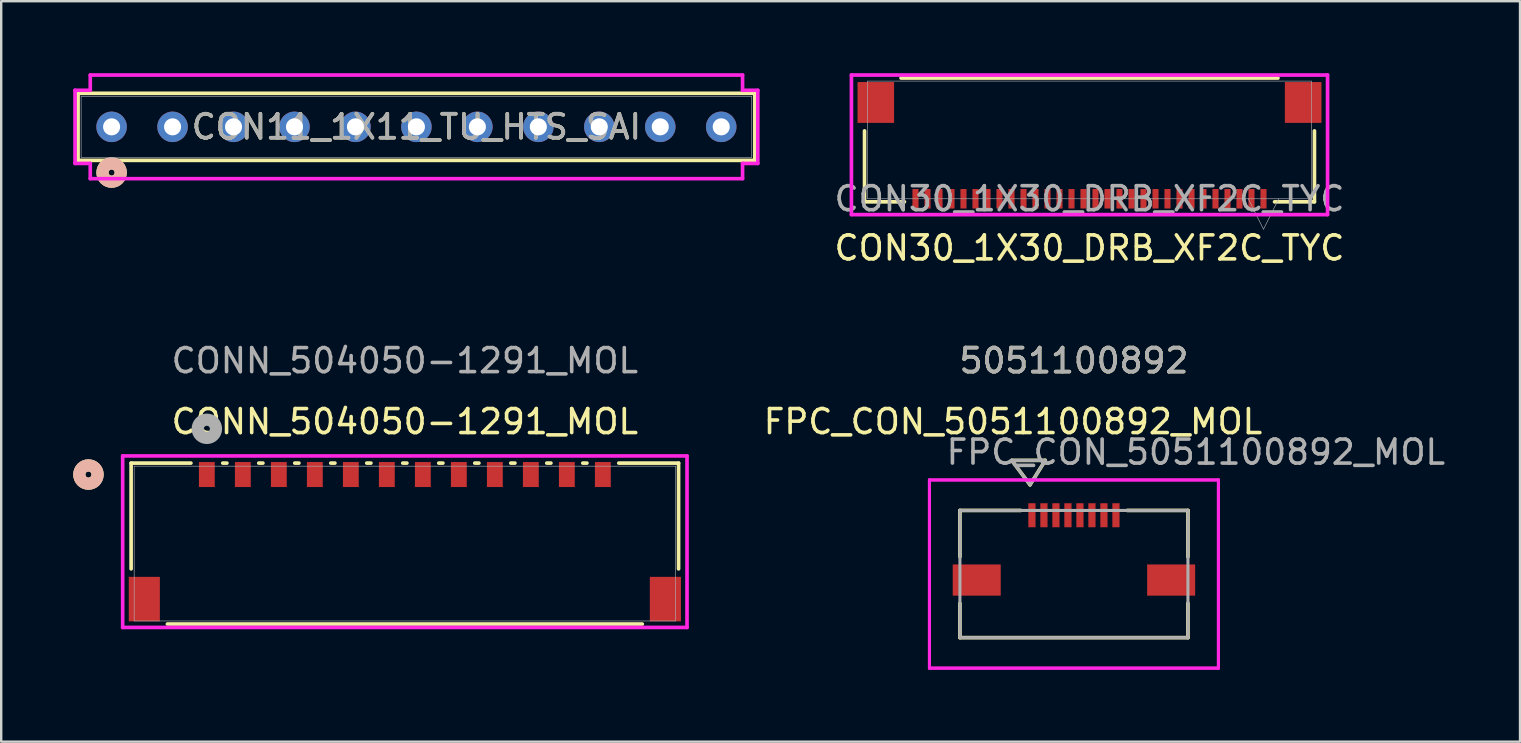
<source format=kicad_pcb>
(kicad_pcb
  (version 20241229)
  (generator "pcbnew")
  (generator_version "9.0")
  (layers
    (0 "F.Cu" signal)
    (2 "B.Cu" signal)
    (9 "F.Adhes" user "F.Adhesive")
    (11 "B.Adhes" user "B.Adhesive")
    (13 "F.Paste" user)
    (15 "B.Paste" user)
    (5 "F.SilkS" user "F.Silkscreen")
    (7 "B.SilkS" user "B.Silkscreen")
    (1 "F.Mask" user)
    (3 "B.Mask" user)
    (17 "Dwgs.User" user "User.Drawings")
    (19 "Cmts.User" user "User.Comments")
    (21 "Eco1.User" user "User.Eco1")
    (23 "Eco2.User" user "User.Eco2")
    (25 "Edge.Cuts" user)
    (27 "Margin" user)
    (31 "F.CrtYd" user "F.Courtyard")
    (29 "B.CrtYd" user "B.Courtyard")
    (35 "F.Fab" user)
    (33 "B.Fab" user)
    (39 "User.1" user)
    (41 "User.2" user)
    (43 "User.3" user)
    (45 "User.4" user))
  (footprint "CONN_504050-1291_MOL"
    (layer "F.Cu")
    (at 13.818 19.598)
    (property "Reference" "CONN_504050-1291_MOL" (at 0 -5.08 0) (unlocked yes) (layer "F.SilkS") (effects (font (size 1 1) (thickness 0.15))))
    (attr smd)
    (fp_line (start -11.405 -3.353) (end -11.405 1.054) (stroke (width 0.152) (type solid)) (layer "F.SilkS"))
    (fp_line (start -9.894 3.353) (end 9.894 3.353) (stroke (width 0.152) (type solid)) (layer "F.SilkS"))
    (fp_line (start -8.913 -3.353) (end -11.405 -3.353) (stroke (width 0.152) (type solid)) (layer "F.SilkS"))
    (fp_line (start -7.413 -3.353) (end -7.587 -3.353) (stroke (width 0.152) (type solid)) (layer "F.SilkS"))
    (fp_line (start -5.913 -3.353) (end -6.087 -3.353) (stroke (width 0.152) (type solid)) (layer "F.SilkS"))
    (fp_line (start -4.413 -3.353) (end -4.587 -3.353) (stroke (width 0.152) (type solid)) (layer "F.SilkS"))
    (fp_line (start -2.913 -3.353) (end -3.087 -3.353) (stroke (width 0.152) (type solid)) (layer "F.SilkS"))
    (fp_line (start -1.413 -3.353) (end -1.587 -3.353) (stroke (width 0.152) (type solid)) (layer "F.SilkS"))
    (fp_line (start 0.087 -3.353) (end -0.087 -3.353) (stroke (width 0.152) (type solid)) (layer "F.SilkS"))
    (fp_line (start 1.587 -3.353) (end 1.413 -3.353) (stroke (width 0.152) (type solid)) (layer "F.SilkS"))
    (fp_line (start 3.087 -3.353) (end 2.913 -3.353) (stroke (width 0.152) (type solid)) (layer "F.SilkS"))
    (fp_line (start 4.587 -3.353) (end 4.413 -3.353) (stroke (width 0.152) (type solid)) (layer "F.SilkS"))
    (fp_line (start 6.087 -3.353) (end 5.913 -3.353) (stroke (width 0.152) (type solid)) (layer "F.SilkS"))
    (fp_line (start 7.587 -3.353) (end 7.413 -3.353) (stroke (width 0.152) (type solid)) (layer "F.SilkS"))
    (fp_line (start 11.405 -3.353) (end 8.913 -3.353) (stroke (width 0.152) (type solid)) (layer "F.SilkS"))
    (fp_line (start 11.405 1.054) (end 11.405 -3.353) (stroke (width 0.152) (type solid)) (layer "F.SilkS"))
    (fp_circle (center -13.183 -2.876) (end -12.802 -2.876) (stroke (width 0.508) (type solid)) (fill no) (layer "F.SilkS"))
    (fp_circle (center -13.183 -2.876) (end -12.802 -2.876) (stroke (width 0.508) (type solid)) (fill no) (layer "B.SilkS"))
    (fp_line (start -11.757 -3.651) (end -11.757 3.495) (stroke (width 0.152) (type solid)) (layer "F.CrtYd"))
    (fp_line (start -11.757 3.495) (end 11.757 3.495) (stroke (width 0.152) (type solid)) (layer "F.CrtYd"))
    (fp_line (start 11.757 -3.651) (end -11.757 -3.651) (stroke (width 0.152) (type solid)) (layer "F.CrtYd"))
    (fp_line (start 11.757 3.495) (end 11.757 -3.651) (stroke (width 0.152) (type solid)) (layer "F.CrtYd"))
    (fp_line (start -11.278 -3.226) (end -11.278 3.226) (stroke (width 0.025) (type solid)) (layer "F.Fab"))
    (fp_line (start -11.278 3.226) (end 11.278 3.226) (stroke (width 0.025) (type solid)) (layer "F.Fab"))
    (fp_line (start 11.278 -3.226) (end -11.278 -3.226) (stroke (width 0.025) (type solid)) (layer "F.Fab"))
    (fp_line (start 11.278 3.226) (end 11.278 -3.226) (stroke (width 0.025) (type solid)) (layer "F.Fab"))
    (fp_circle (center -8.25 -4.781) (end -7.869 -4.781) (stroke (width 0.508) (type solid)) (fill no) (layer "F.Fab"))
    (fp_text user "${REFERENCE}" (at 0 -7.62 0) (unlocked yes) (layer "F.Fab") (effects (font (size 1 1) (thickness 0.15))))
    (pad "1" smd rect (at -8.25 -2.876) (size 0.66 1.041) (layers "F.Cu" "F.Mask" "F.Paste"))
    (pad "2" smd rect (at -6.75 -2.876) (size 0.66 1.041) (layers "F.Cu" "F.Mask" "F.Paste"))
    (pad "3" smd rect (at -5.25 -2.876) (size 0.66 1.041) (layers "F.Cu" "F.Mask" "F.Paste"))
    (pad "4" smd rect (at -3.75 -2.876) (size 0.66 1.041) (layers "F.Cu" "F.Mask" "F.Paste"))
    (pad "5" smd rect (at -2.25 -2.876) (size 0.66 1.041) (layers "F.Cu" "F.Mask" "F.Paste"))
    (pad "6" smd rect (at -0.75 -2.876) (size 0.66 1.041) (layers "F.Cu" "F.Mask" "F.Paste"))
    (pad "7" smd rect (at 0.75 -2.876) (size 0.66 1.041) (layers "F.Cu" "F.Mask" "F.Paste"))
    (pad "8" smd rect (at 2.25 -2.876) (size 0.66 1.041) (layers "F.Cu" "F.Mask" "F.Paste"))
    (pad "9" smd rect (at 3.75 -2.876) (size 0.66 1.041) (layers "F.Cu" "F.Mask" "F.Paste"))
    (pad "10" smd rect (at 5.25 -2.876) (size 0.66 1.041) (layers "F.Cu" "F.Mask" "F.Paste"))
    (pad "11" smd rect (at 6.75 -2.876) (size 0.66 1.041) (layers "F.Cu" "F.Mask" "F.Paste"))
    (pad "12" smd rect (at 8.25 -2.876) (size 0.66 1.041) (layers "F.Cu" "F.Mask" "F.Paste"))
    (pad "13" smd rect (at -10.855 2.314) (size 1.295 1.854) (layers "F.Cu" "F.Mask" "F.Paste"))
    (pad "14" smd rect (at 10.855 2.314) (size 1.295 1.854) (layers "F.Cu" "F.Mask" "F.Paste")))
  (footprint "CON11_1X11_TU_HTS_SAI"
    (layer "F.Cu")
    (at 14.3 2.235)
    (property "Reference" "CON11_1X11_TU_HTS_SAI" (at 0 0 0) (unlocked yes) (layer "F.SilkS") (effects (font (size 1 1) (thickness 0.15))))
    (attr through_hole)
    (fp_line (start -14.097 -1.397) (end -14.097 1.397) (stroke (width 0.152) (type solid)) (layer "F.SilkS"))
    (fp_line (start -14.097 1.397) (end 14.097 1.397) (stroke (width 0.152) (type solid)) (layer "F.SilkS"))
    (fp_line (start 14.097 -1.397) (end -14.097 -1.397) (stroke (width 0.152) (type solid)) (layer "F.SilkS"))
    (fp_line (start 14.097 1.397) (end 14.097 -1.397) (stroke (width 0.152) (type solid)) (layer "F.SilkS"))
    (fp_circle (center -12.7 1.905) (end -12.319 1.905) (stroke (width 0.508) (type solid)) (fill no) (layer "F.SilkS"))
    (fp_circle (center -12.7 1.905) (end -12.319 1.905) (stroke (width 0.508) (type solid)) (fill no) (layer "B.SilkS"))
    (fp_line (start -14.224 -1.524) (end -14.224 1.524) (stroke (width 0.152) (type solid)) (layer "F.CrtYd"))
    (fp_line (start -14.224 1.524) (end -13.589 1.524) (stroke (width 0.152) (type solid)) (layer "F.CrtYd"))
    (fp_line (start -13.589 -2.159) (end -13.589 -1.524) (stroke (width 0.152) (type solid)) (layer "F.CrtYd"))
    (fp_line (start -13.589 -1.524) (end -14.224 -1.524) (stroke (width 0.152) (type solid)) (layer "F.CrtYd"))
    (fp_line (start -13.589 1.524) (end -13.589 2.159) (stroke (width 0.152) (type solid)) (layer "F.CrtYd"))
    (fp_line (start -13.589 2.159) (end 13.589 2.159) (stroke (width 0.152) (type solid)) (layer "F.CrtYd"))
    (fp_line (start 13.589 -2.159) (end -13.589 -2.159) (stroke (width 0.152) (type solid)) (layer "F.CrtYd"))
    (fp_line (start 13.589 -1.524) (end 13.589 -2.159) (stroke (width 0.152) (type solid)) (layer "F.CrtYd"))
    (fp_line (start 13.589 1.524) (end 14.224 1.524) (stroke (width 0.152) (type solid)) (layer "F.CrtYd"))
    (fp_line (start 13.589 2.159) (end 13.589 1.524) (stroke (width 0.152) (type solid)) (layer "F.CrtYd"))
    (fp_line (start 14.224 -1.524) (end 13.589 -1.524) (stroke (width 0.152) (type solid)) (layer "F.CrtYd"))
    (fp_line (start 14.224 1.524) (end 14.224 -1.524) (stroke (width 0.152) (type solid)) (layer "F.CrtYd"))
    (fp_line (start -13.97 -1.27) (end -13.97 1.27) (stroke (width 0.025) (type solid)) (layer "F.Fab"))
    (fp_line (start -13.97 1.27) (end 13.97 1.27) (stroke (width 0.025) (type solid)) (layer "F.Fab"))
    (fp_line (start 13.97 -1.27) (end -13.97 -1.27) (stroke (width 0.025) (type solid)) (layer "F.Fab"))
    (fp_line (start 13.97 1.27) (end 13.97 -1.27) (stroke (width 0.025) (type solid)) (layer "F.Fab"))
    (fp_circle (center -12.7 0) (end -12.446 0) (stroke (width 0.025) (type solid)) (fill no) (layer "F.Fab"))
    (fp_text user "${REFERENCE}" (at 0 0 0) (unlocked yes) (layer "F.Fab") (effects (font (size 1 1) (thickness 0.15))))
    (pad "1" thru_hole circle (at -12.7 0 90) (size 1.27 1.27) (drill 0.711) (layers "*.Cu" "*.Mask"))
    (pad "2" thru_hole circle (at -10.16 0 90) (size 1.27 1.27) (drill 0.711) (layers "*.Cu" "*.Mask"))
    (pad "3" thru_hole circle (at -7.62 0 90) (size 1.27 1.27) (drill 0.711) (layers "*.Cu" "*.Mask"))
    (pad "4" thru_hole circle (at -5.08 0 90) (size 1.27 1.27) (drill 0.711) (layers "*.Cu" "*.Mask"))
    (pad "5" thru_hole circle (at -2.54 0 90) (size 1.27 1.27) (drill 0.711) (layers "*.Cu" "*.Mask"))
    (pad "6" thru_hole circle (at 0 0 90) (size 1.27 1.27) (drill 0.711) (layers "*.Cu" "*.Mask"))
    (pad "7" thru_hole circle (at 2.54 0 90) (size 1.27 1.27) (drill 0.711) (layers "*.Cu" "*.Mask"))
    (pad "8" thru_hole circle (at 5.08 0 90) (size 1.27 1.27) (drill 0.711) (layers "*.Cu" "*.Mask"))
    (pad "9" thru_hole circle (at 7.62 0 90) (size 1.27 1.27) (drill 0.711) (layers "*.Cu" "*.Mask"))
    (pad "10" thru_hole circle (at 10.16 0 90) (size 1.27 1.27) (drill 0.711) (layers "*.Cu" "*.Mask"))
    (pad "11" thru_hole circle (at 12.7 0 90) (size 1.27 1.27) (drill 0.711) (layers "*.Cu" "*.Mask")))
  (footprint "CON30_1X30_DRB_XF2C_TYC"
    (layer "F.Cu")
    (at 42.344 2.781)
    (property "Reference" "CON30_1X30_DRB_XF2C_TYC" (at 0 4.5 0) (unlocked yes) (layer "F.SilkS") (effects (font (size 1 1) (thickness 0.15))))
    (attr smd)
    (fp_line (start -9.373 -0.378) (end -9.373 2.578) (stroke (width 0.152) (type solid)) (layer "F.SilkS"))
    (fp_line (start -9.373 2.578) (end -7.71 2.578) (stroke (width 0.152) (type solid)) (layer "F.SilkS"))
    (fp_line (start 7.71 2.578) (end 9.373 2.578) (stroke (width 0.152) (type solid)) (layer "F.SilkS"))
    (fp_line (start 7.852 -2.578) (end -7.852 -2.578) (stroke (width 0.152) (type solid)) (layer "F.SilkS"))
    (fp_line (start 9.373 2.578) (end 9.373 -0.378) (stroke (width 0.152) (type solid)) (layer "F.SilkS"))
    (fp_line (start -9.919 -2.705) (end -9.919 3.111) (stroke (width 0.152) (type solid)) (layer "F.CrtYd"))
    (fp_line (start -9.919 3.111) (end 9.919 3.111) (stroke (width 0.152) (type solid)) (layer "F.CrtYd"))
    (fp_line (start 9.919 -2.705) (end -9.919 -2.705) (stroke (width 0.152) (type solid)) (layer "F.CrtYd"))
    (fp_line (start 9.919 3.111) (end 9.919 -2.705) (stroke (width 0.152) (type solid)) (layer "F.CrtYd"))
    (fp_line (start -9.246 -2.451) (end -9.246 2.451) (stroke (width 0.025) (type solid)) (layer "F.Fab"))
    (fp_line (start -9.246 2.451) (end 9.246 2.451) (stroke (width 0.025) (type solid)) (layer "F.Fab"))
    (fp_line (start 6.615 2.451) (end 7.25 3.721) (stroke (width 0.025) (type solid)) (layer "F.Fab"))
    (fp_line (start 7.885 2.451) (end 7.25 3.721) (stroke (width 0.025) (type solid)) (layer "F.Fab"))
    (fp_line (start 9.246 -2.451) (end -9.246 -2.451) (stroke (width 0.025) (type solid)) (layer "F.Fab"))
    (fp_line (start 9.246 2.451) (end 9.246 -2.451) (stroke (width 0.025) (type solid)) (layer "F.Fab"))
    (fp_text user "${REFERENCE}" (at 0 2.451 0) (unlocked yes) (layer "F.Fab") (effects (font (size 1 1) (thickness 0.15))))
    (pad "31" smd rect (at -8.903 -1.562) (size 1.524 1.702) (layers "F.Cu" "F.Mask" "F.Paste"))
    (pad "32" smd rect (at 8.903 -1.562) (size 1.524 1.702) (layers "F.Cu" "F.Mask" "F.Paste"))
    (pad "P$1" smd rect (at 7.25 2.451) (size 0.254 0.813) (layers "F.Cu" "F.Mask" "F.Paste"))
    (pad "P$2" smd rect (at 6.75 2.451) (size 0.254 0.813) (layers "F.Cu" "F.Mask" "F.Paste"))
    (pad "P$3" smd rect (at 6.25 2.451) (size 0.254 0.813) (layers "F.Cu" "F.Mask" "F.Paste"))
    (pad "P$4" smd rect (at 5.75 2.451) (size 0.254 0.813) (layers "F.Cu" "F.Mask" "F.Paste"))
    (pad "P$5" smd rect (at 5.25 2.451) (size 0.254 0.813) (layers "F.Cu" "F.Mask" "F.Paste"))
    (pad "P$6" smd rect (at 4.75 2.451) (size 0.254 0.813) (layers "F.Cu" "F.Mask" "F.Paste"))
    (pad "P$7" smd rect (at 4.25 2.451) (size 0.254 0.813) (layers "F.Cu" "F.Mask" "F.Paste"))
    (pad "P$8" smd rect (at 3.75 2.451) (size 0.254 0.813) (layers "F.Cu" "F.Mask" "F.Paste"))
    (pad "P$9" smd rect (at 3.25 2.451) (size 0.254 0.813) (layers "F.Cu" "F.Mask" "F.Paste"))
    (pad "P$10" smd rect (at 2.75 2.451) (size 0.254 0.813) (layers "F.Cu" "F.Mask" "F.Paste"))
    (pad "P$11" smd rect (at 2.25 2.451) (size 0.254 0.813) (layers "F.Cu" "F.Mask" "F.Paste"))
    (pad "P$12" smd rect (at 1.75 2.451) (size 0.254 0.813) (layers "F.Cu" "F.Mask" "F.Paste"))
    (pad "P$13" smd rect (at 1.25 2.451) (size 0.254 0.813) (layers "F.Cu" "F.Mask" "F.Paste"))
    (pad "P$14" smd rect (at 0.75 2.451) (size 0.254 0.813) (layers "F.Cu" "F.Mask" "F.Paste"))
    (pad "P$15" smd rect (at 0.25 2.451) (size 0.254 0.813) (layers "F.Cu" "F.Mask" "F.Paste"))
    (pad "P$16" smd rect (at -0.25 2.451) (size 0.254 0.813) (layers "F.Cu" "F.Mask" "F.Paste"))
    (pad "P$17" smd rect (at -0.75 2.451) (size 0.254 0.813) (layers "F.Cu" "F.Mask" "F.Paste"))
    (pad "P$18" smd rect (at -1.25 2.451) (size 0.254 0.813) (layers "F.Cu" "F.Mask" "F.Paste"))
    (pad "P$19" smd rect (at -1.75 2.451) (size 0.254 0.813) (layers "F.Cu" "F.Mask" "F.Paste"))
    (pad "P$20" smd rect (at -2.25 2.451) (size 0.254 0.813) (layers "F.Cu" "F.Mask" "F.Paste"))
    (pad "P$21" smd rect (at -2.75 2.451) (size 0.254 0.813) (layers "F.Cu" "F.Mask" "F.Paste"))
    (pad "P$22" smd rect (at -3.25 2.451) (size 0.254 0.813) (layers "F.Cu" "F.Mask" "F.Paste"))
    (pad "P$23" smd rect (at -3.75 2.451) (size 0.254 0.813) (layers "F.Cu" "F.Mask" "F.Paste"))
    (pad "P$24" smd rect (at -4.25 2.451) (size 0.254 0.813) (layers "F.Cu" "F.Mask" "F.Paste"))
    (pad "P$25" smd rect (at -4.75 2.451) (size 0.254 0.813) (layers "F.Cu" "F.Mask" "F.Paste"))
    (pad "P$26" smd rect (at -5.25 2.451) (size 0.254 0.813) (layers "F.Cu" "F.Mask" "F.Paste"))
    (pad "P$27" smd rect (at -5.75 2.451) (size 0.254 0.813) (layers "F.Cu" "F.Mask" "F.Paste"))
    (pad "P$28" smd rect (at -6.25 2.451) (size 0.254 0.813) (layers "F.Cu" "F.Mask" "F.Paste"))
    (pad "P$29" smd rect (at -6.75 2.451) (size 0.254 0.813) (layers "F.Cu" "F.Mask" "F.Paste"))
    (pad "P$30" smd rect (at -7.25 2.451) (size 0.254 0.813) (layers "F.Cu" "F.Mask" "F.Paste")))
  (footprint "FPC_CON_5051100892_MOL"
    (layer "F.Cu")
    (at 41.696 20.868)
    (property "Reference" "FPC_CON_5051100892_MOL" (at -2.54 -6.35 0) (unlocked yes) (layer "F.SilkS") (effects (font (size 1 1) (thickness 0.15))))
    (attr smd)
    (fp_line (start -4.75 -2.65) (end -4.75 -0.72) (stroke (width 0.152) (type solid)) (layer "F.SilkS"))
    (fp_line (start -4.75 1.22) (end -4.75 2.65) (stroke (width 0.152) (type solid)) (layer "F.SilkS"))
    (fp_line (start -4.75 2.65) (end 4.75 2.65) (stroke (width 0.152) (type solid)) (layer "F.SilkS"))
    (fp_line (start -2.591 -4.736) (end -1.829 -3.72) (stroke (width 0.152) (type solid)) (layer "F.SilkS"))
    (fp_line (start -2.591 -4.736) (end -1.194 -4.736) (stroke (width 0.152) (type solid)) (layer "F.SilkS"))
    (fp_line (start -2.22 -2.65) (end -4.75 -2.65) (stroke (width 0.152) (type solid)) (layer "F.SilkS"))
    (fp_line (start -1.194 -4.736) (end -1.829 -3.72) (stroke (width 0.152) (type solid)) (layer "F.SilkS"))
    (fp_line (start 4.75 -2.65) (end 2.22 -2.65) (stroke (width 0.152) (type solid)) (layer "F.SilkS"))
    (fp_line (start 4.75 -0.72) (end 4.75 -2.65) (stroke (width 0.152) (type solid)) (layer "F.SilkS"))
    (fp_line (start 4.75 2.65) (end 4.75 1.22) (stroke (width 0.152) (type solid)) (layer "F.SilkS"))
    (fp_line (start -6.02 -3.92) (end -6.02 3.92) (stroke (width 0.127) (type solid)) (layer "F.CrtYd"))
    (fp_line (start -6.02 -3.92) (end -6.02 3.92) (stroke (width 0.127) (type solid)) (layer "F.CrtYd"))
    (fp_line (start -6.02 3.92) (end 6.02 3.92) (stroke (width 0.127) (type solid)) (layer "F.CrtYd"))
    (fp_line (start -6.02 3.92) (end 6.02 3.92) (stroke (width 0.127) (type solid)) (layer "F.CrtYd"))
    (fp_line (start 6.02 -3.92) (end -6.02 -3.92) (stroke (width 0.127) (type solid)) (layer "F.CrtYd"))
    (fp_line (start 6.02 -3.92) (end -6.02 -3.92) (stroke (width 0.127) (type solid)) (layer "F.CrtYd"))
    (fp_line (start 6.02 3.92) (end 6.02 -3.92) (stroke (width 0.127) (type solid)) (layer "F.CrtYd"))
    (fp_line (start 6.02 3.92) (end 6.02 -3.92) (stroke (width 0.127) (type solid)) (layer "F.CrtYd"))
    (fp_line (start -4.75 -2.65) (end -4.75 2.65) (stroke (width 0.127) (type solid)) (layer "F.Fab"))
    (fp_line (start -4.75 2.65) (end 4.75 2.65) (stroke (width 0.127) (type solid)) (layer "F.Fab"))
    (fp_line (start -2.591 -4.736) (end -1.829 -3.72) (stroke (width 0.127) (type solid)) (layer "F.Fab"))
    (fp_line (start -2.591 -4.736) (end -1.194 -4.736) (stroke (width 0.127) (type solid)) (layer "F.Fab"))
    (fp_line (start -1.194 -4.736) (end -1.829 -3.72) (stroke (width 0.127) (type solid)) (layer "F.Fab"))
    (fp_line (start 4.75 -2.65) (end -4.75 -2.65) (stroke (width 0.127) (type solid)) (layer "F.Fab"))
    (fp_line (start 4.75 2.65) (end 4.75 -2.65) (stroke (width 0.127) (type solid)) (layer "F.Fab"))
    (fp_text user "5051100892" (at 0 -8.89 0) (unlocked yes) (layer "F.SilkS") (effects (font (size 1 1) (thickness 0.15))))
    (fp_text user "5051100892" (at 0 -8.89 0) (unlocked yes) (layer "F.Fab") (effects (font (size 1 1) (thickness 0.15))))
    (fp_text user "${REFERENCE}" (at 5.08 -5.08 0) (unlocked yes) (layer "F.Fab") (effects (font (size 1 1) (thickness 0.15))))
    (pad "1" smd rect (at -1.75 -2.45) (size 0.3 1) (layers "F.Cu" "F.Mask" "F.Paste"))
    (pad "2" smd rect (at -1.25 -2.45) (size 0.3 1) (layers "F.Cu" "F.Mask" "F.Paste"))
    (pad "3" smd rect (at -0.75 -2.45) (size 0.3 1) (layers "F.Cu" "F.Mask" "F.Paste"))
    (pad "4" smd rect (at -0.25 -2.45) (size 0.3 1) (layers "F.Cu" "F.Mask" "F.Paste"))
    (pad "5" smd rect (at 0.25 -2.45) (size 0.3 1) (layers "F.Cu" "F.Mask" "F.Paste"))
    (pad "6" smd rect (at 0.75 -2.45) (size 0.3 1) (layers "F.Cu" "F.Mask" "F.Paste"))
    (pad "7" smd rect (at 1.25 -2.45) (size 0.3 1) (layers "F.Cu" "F.Mask" "F.Paste"))
    (pad "8" smd rect (at 1.75 -2.45) (size 0.3 1) (layers "F.Cu" "F.Mask" "F.Paste"))
    (pad "P1" smd rect (at -4.05 0.25) (size 2 1.3) (layers "F.Cu" "F.Mask" "F.Paste"))
    (pad "P2" smd rect (at 4.05 0.25) (size 2 1.3) (layers "F.Cu" "F.Mask" "F.Paste")))
  (gr_rect
    (start -3 -3)
    (end 60.282 27.851)
    (stroke (width 0.1) (type default))
    (fill no)
    (layer "Edge.Cuts")))
</source>
